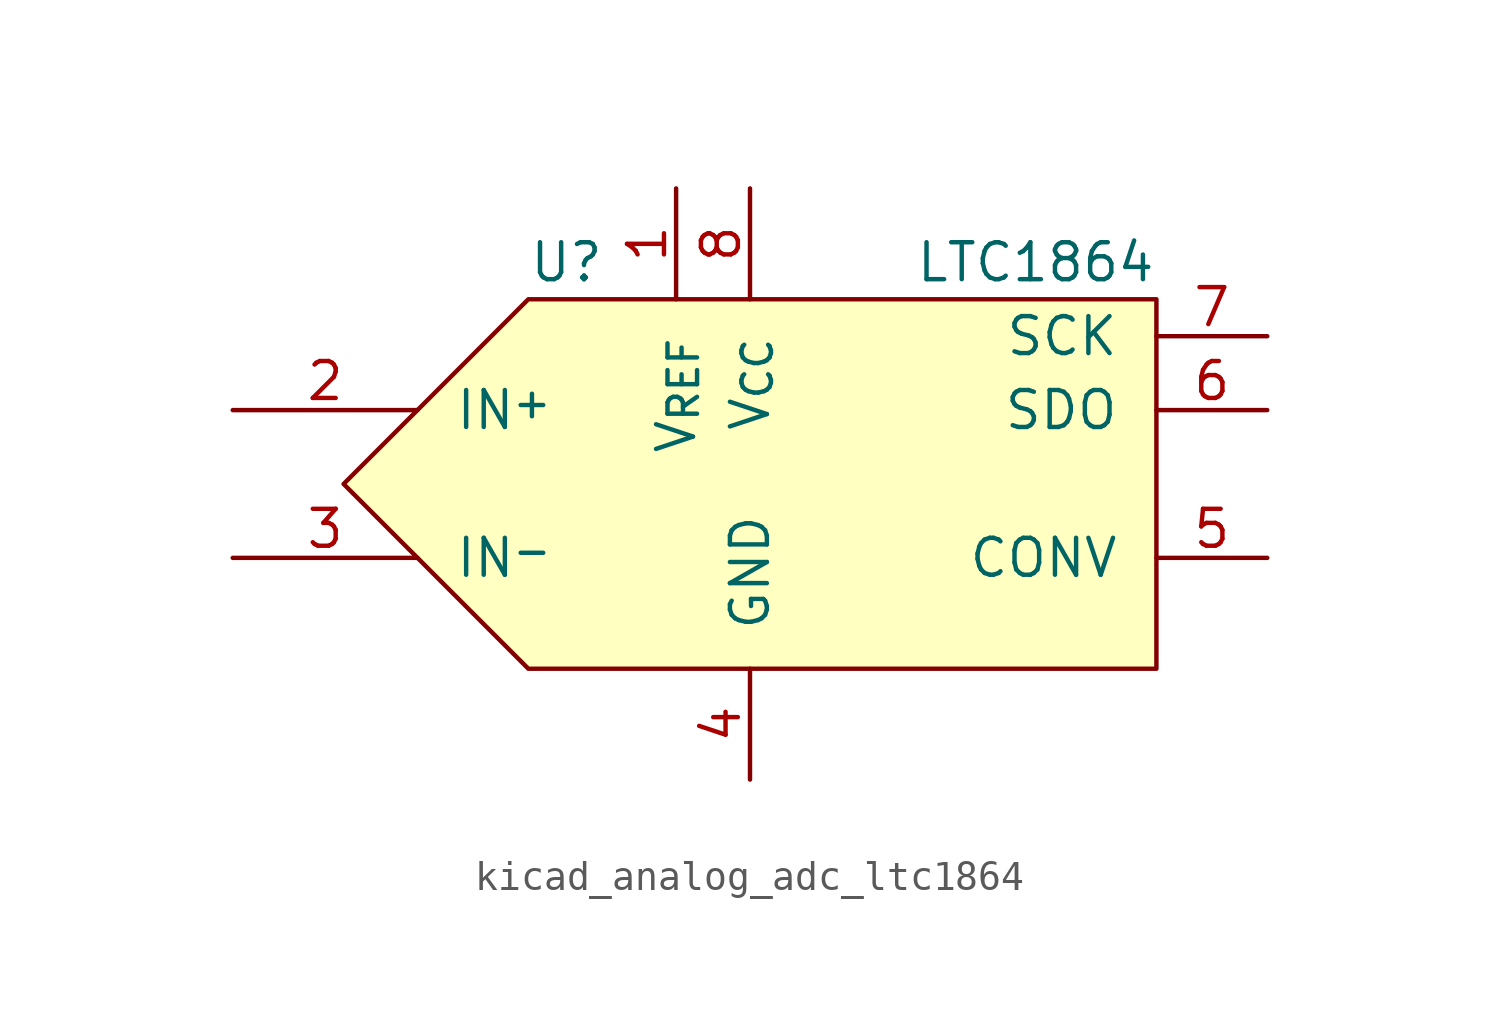
<source format=kicad_sym>
(kicad_symbol_lib
  (version 20220914)
  (generator kicad_symbol_editor)
  (symbol "kicad_analog_adc_ltc1864"
    (pin_names
      (offset 1.27))
    (property "Reference" "U"
      (at -10.16 7.62 0)
      (effects (font (size 1.27 1.27)) (justify left)))
    (property "Value" "LTC1864"
      (at 11.43 7.62 0)
      (effects (font (size 1.27 1.27)) (justify right)))
    (symbol "kicad_analog_adc_ltc1864_0_1"
      (polyline (pts (xy 11.43 6.35) (xy -10.16 6.35) (xy -16.51 0) (xy -10.16 -6.35) (xy 11.43 -6.35) (xy 11.43 6.35)) (stroke (width 0) (type default)) (fill (type background))))
    (symbol "kicad_analog_adc_ltc1864_1_1"
      (pin input line (at -5.08 10.16 270) (length 3.81) (name "V_{REF}" (effects (font (size 1.27 1.27)))) (number "1" (effects (font (size 1.27 1.27)))))
      (pin input line (at -20.32 2.54 0) (length 6.35) (name "IN^{+}" (effects (font (size 1.27 1.27)))) (number "2" (effects (font (size 1.27 1.27)))))
      (pin input line (at -20.32 -2.54 0) (length 6.35) (name "IN^{-}" (effects (font (size 1.27 1.27)))) (number "3" (effects (font (size 1.27 1.27)))))
      (pin power_in line (at -2.54 -10.16 90) (length 3.81) (name "GND" (effects (font (size 1.27 1.27)))) (number "4" (effects (font (size 1.27 1.27)))))
      (pin input line (at 15.24 -2.54 180) (length 3.81) (name "CONV" (effects (font (size 1.27 1.27)))) (number "5" (effects (font (size 1.27 1.27)))))
      (pin output line (at 15.24 2.54 180) (length 3.81) (name "SDO" (effects (font (size 1.27 1.27)))) (number "6" (effects (font (size 1.27 1.27)))))
      (pin input line (at 15.24 5.08 180) (length 3.81) (name "SCK" (effects (font (size 1.27 1.27)))) (number "7" (effects (font (size 1.27 1.27)))))
      (pin power_in line (at -2.54 10.16 270) (length 3.81) (name "V_{CC}" (effects (font (size 1.27 1.27)))) (number "8" (effects (font (size 1.27 1.27))))))))
</source>
